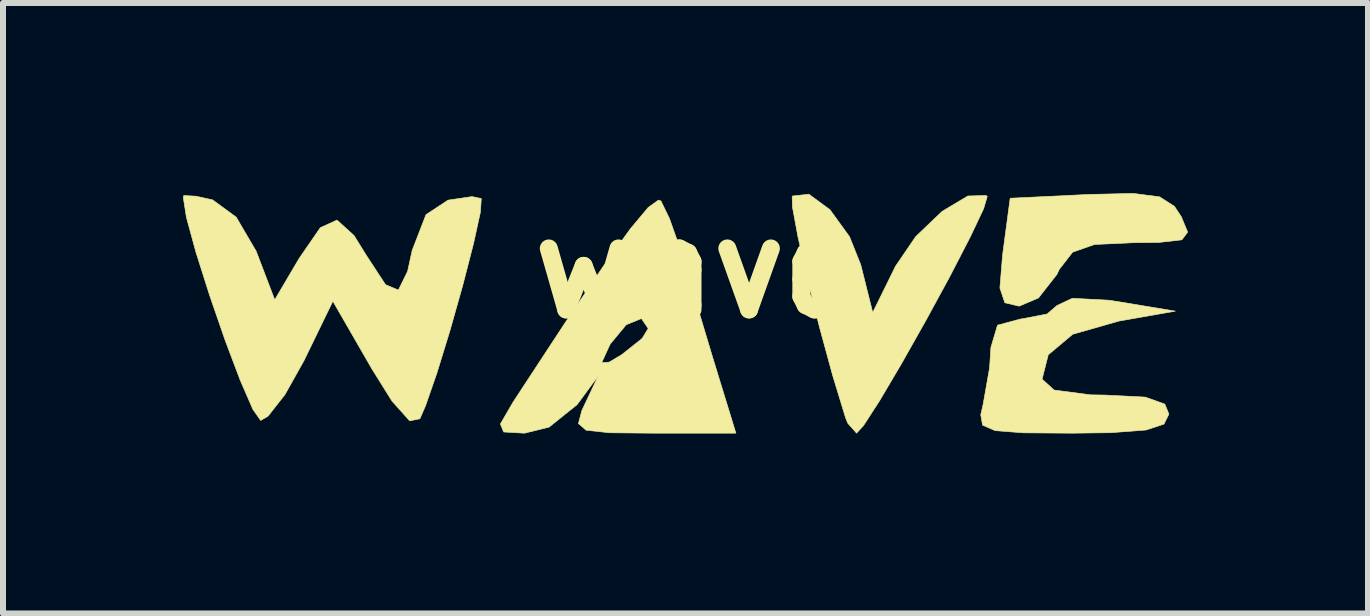
<source format=kicad_pcb>
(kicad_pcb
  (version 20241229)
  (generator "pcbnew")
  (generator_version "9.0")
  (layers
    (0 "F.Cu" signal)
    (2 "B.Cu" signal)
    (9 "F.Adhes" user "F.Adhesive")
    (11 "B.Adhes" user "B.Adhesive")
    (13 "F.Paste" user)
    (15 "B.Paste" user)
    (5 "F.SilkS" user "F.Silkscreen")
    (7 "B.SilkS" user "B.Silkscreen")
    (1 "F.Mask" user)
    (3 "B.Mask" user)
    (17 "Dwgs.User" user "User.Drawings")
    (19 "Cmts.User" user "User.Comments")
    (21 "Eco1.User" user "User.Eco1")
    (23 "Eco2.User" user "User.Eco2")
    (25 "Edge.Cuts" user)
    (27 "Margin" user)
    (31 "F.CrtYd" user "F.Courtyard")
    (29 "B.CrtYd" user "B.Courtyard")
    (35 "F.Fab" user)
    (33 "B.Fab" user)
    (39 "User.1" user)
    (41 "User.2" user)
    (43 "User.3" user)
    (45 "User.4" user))
  (footprint "wave"
    (layer "F.Cu")
    (at 8.601 1.418)
    (property "Reference" "wave" (at 0 0 0) (layer "F.SilkS") (effects (font (size 1.524 1.524) (thickness 0.3))))
    (attr through_hole)
    (fp_poly (pts (xy 7.677 -1.187) (xy 7.924 -1.029) (xy 8.038 -0.856) (xy 8.145 -0.599) (xy 8.048 -0.471) (xy 7.664 -0.427) (xy 7.238 -0.423) (xy 6.591 -0.393) (xy 6.227 -0.265) (xy 6.007 0.018) (xy 5.965 0.106) (xy 5.658 0.498) (xy 5.335 0.635) (xy 5.097 0.578) (xy 5.015 0.332) (xy 5.059 -0.21) (xy 5.066 -0.265) (xy 5.186 -1.164) (xy 6.496 -1.227) (xy 7.239 -1.244) (xy 7.677 -1.187)) (stroke (width 0.01) (type solid)) (fill yes) (layer "F.SilkS"))
    (fp_poly (pts (xy 2.182 -0.973) (xy 2.508 -0.524) (xy 2.695 -0.057) (xy 2.895 0.741) (xy 3.276 -0.032) (xy 3.613 -0.526) (xy 4.052 -0.945) (xy 4.48 -1.201) (xy 4.784 -1.21) (xy 4.804 -1.193) (xy 4.743 -0.988) (xy 4.518 -0.513) (xy 4.181 0.139) (xy 3.782 0.872) (xy 3.375 1.593) (xy 3.011 2.209) (xy 2.742 2.625) (xy 2.626 2.752) (xy 2.48 2.587) (xy 2.44 2.487) (xy 2.229 1.795) (xy 2.01 0.993) (xy 1.808 0.185) (xy 1.649 -0.521) (xy 1.557 -1.019) (xy 1.553 -1.2) (xy 1.831 -1.231) (xy 2.182 -0.973)) (stroke (width 0.01) (type solid)) (fill yes) (layer "F.SilkS"))
    (fp_poly (pts (xy 6.833 0.536) (xy 6.988 0.56) (xy 7.938 0.718) (xy 7 0.883) (xy 6.229 1.103) (xy 5.821 1.445) (xy 5.718 1.852) (xy 5.918 2.033) (xy 6.526 2.113) (xy 6.773 2.117) (xy 7.439 2.151) (xy 7.764 2.268) (xy 7.832 2.434) (xy 7.749 2.601) (xy 7.452 2.699) (xy 6.862 2.744) (xy 6.219 2.752) (xy 5.407 2.746) (xy 4.936 2.71) (xy 4.726 2.618) (xy 4.696 2.445) (xy 4.735 2.275) (xy 4.843 1.662) (xy 4.865 1.323) (xy 4.975 0.952) (xy 5.367 0.847) (xy 5.38 0.847) (xy 5.801 0.766) (xy 5.965 0.625) (xy 6.222 0.504) (xy 6.833 0.536)) (stroke (width 0.01) (type solid)) (fill yes) (layer "F.SilkS"))
    (fp_poly (pts (xy -0.635 -1.118) (xy -0.492 -0.824) (xy -0.305 -0.293) (xy -0.249 -0.106) (xy -0.027 0.643) (xy 0.228 1.492) (xy 0.306 1.746) (xy 0.615 2.752) (xy -0.758 2.752) (xy -1.493 2.745) (xy -1.883 2.702) (xy -2.01 2.591) (xy -1.954 2.378) (xy -1.906 2.275) (xy -1.681 1.799) (xy -2.031 2.275) (xy -2.499 2.651) (xy -2.908 2.752) (xy -3.256 2.732) (xy -3.311 2.599) (xy -3.102 2.239) (xy -3.057 2.17) (xy -2.668 1.577) (xy -1.623 1.577) (xy -1.497 1.568) (xy -1.283 1.44) (xy -0.947 1.172) (xy -0.847 1.007) (xy -0.96 0.841) (xy -1.214 0.945) (xy -1.478 1.264) (xy -1.487 1.28) (xy -1.623 1.577) (xy -2.668 1.577) (xy -2.23 0.909) (xy -1.601 -0.021) (xy -1.147 -0.651) (xy -0.846 -1.011) (xy -0.676 -1.133) (xy -0.635 -1.118)) (stroke (width 0.01) (type solid)) (fill yes) (layer "F.SilkS"))
    (fp_poly (pts (xy -8.386 -1.198) (xy -8.108 -1.137) (xy -7.714 -0.849) (xy -7.381 -0.28) (xy -7.368 -0.246) (xy -7.072 0.529) (xy -6.666 -0.159) (xy -6.312 -0.673) (xy -6.034 -0.8) (xy -5.75 -0.542) (xy -5.546 -0.213) (xy -5.225 0.277) (xy -5.011 0.367) (xy -4.857 0.054) (xy -4.781 -0.294) (xy -4.551 -0.89) (xy -4.184 -1.132) (xy -3.783 -1.191) (xy -3.629 -1.159) (xy -3.644 -0.932) (xy -3.757 -0.415) (xy -3.936 0.28) (xy -4.15 1.038) (xy -4.368 1.747) (xy -4.558 2.294) (xy -4.652 2.511) (xy -4.822 2.547) (xy -5.116 2.219) (xy -5.455 1.676) (xy -6.103 0.552) (xy -6.586 1.546) (xy -6.901 2.108) (xy -7.183 2.468) (xy -7.306 2.54) (xy -7.436 2.355) (xy -7.646 1.872) (xy -7.899 1.202) (xy -8.158 0.452) (xy -8.386 -0.267) (xy -8.544 -0.846) (xy -8.596 -1.177) (xy -8.588 -1.209) (xy -8.386 -1.198)) (stroke (width 0.01) (type solid)) (fill yes) (layer "F.SilkS")))
  (gr_rect
    (start -3 -3)
    (end 19.751 7.175)
    (stroke (width 0.1) (type default))
    (fill no)
    (layer "Edge.Cuts")))
</source>
